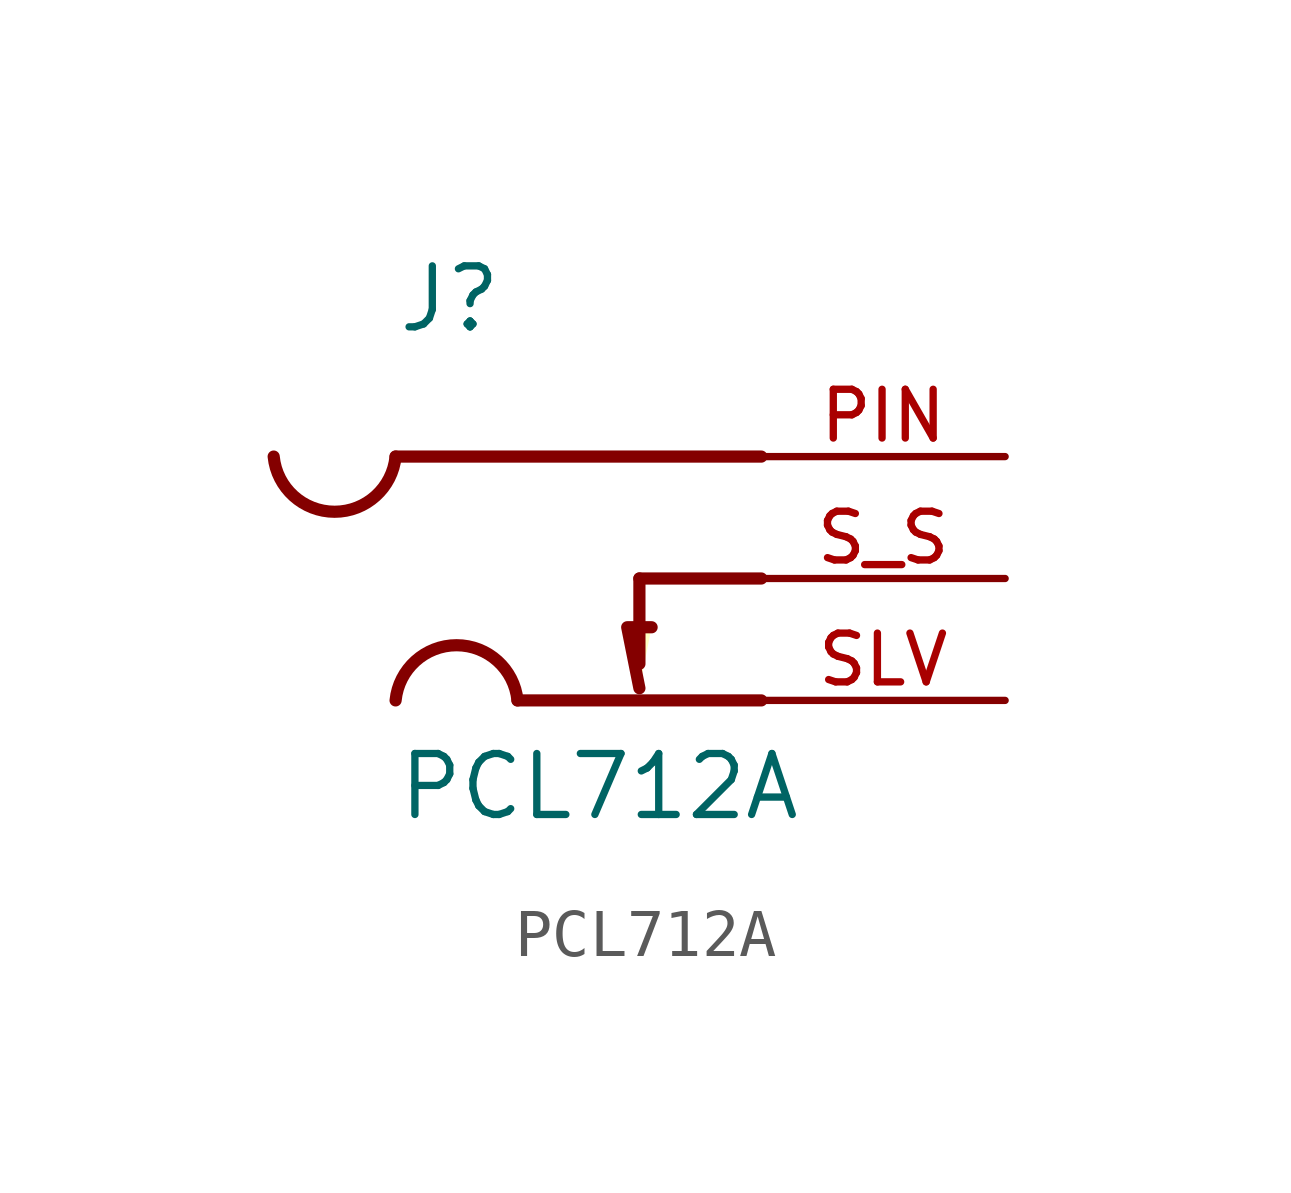
<source format=kicad_sym>
(kicad_symbol_lib
  (version 20211014)
  (generator kicad_symbol_editor)
  (symbol "PCL712A"
    (pin_names
      (offset 1.016) hide)
    (property "Reference" "J"
      (at -5.08 5.08 0)
      (effects (font (size 1.27 1.27)) (justify left bottom)))
    (property "Value" "PCL712A"
      (at -5.08 -5.08 0)
      (effects (font (size 1.27 1.27)) (justify left bottom)))
    (property "ki_locked" ""
      (at 0 0 0)
      (effects (font (size 1.27 1.27))))
    (symbol "PCL712A_0_0"
      (arc (start -7.62 2.54) (mid -6.35 1.1367) (end -5.08 2.54) (stroke (width 0.254) (type default) (color 0 0 0 0)) (fill (type none)))
      (arc (start -2.54 -2.54) (mid -3.81 -1.1367) (end -5.08 -2.54) (stroke (width 0.254) (type default) (color 0 0 0 0)) (fill (type none)))
      (polyline (pts (xy -5.08 2.54) (xy 2.54 2.54)) (stroke (width 0.254) (type default) (color 0 0 0 0)) (fill (type none)))
      (polyline (pts (xy -2.54 -2.54) (xy 2.54 -2.54)) (stroke (width 0.254) (type default) (color 0 0 0 0)) (fill (type none)))
      (polyline (pts (xy 0 0) (xy 0 -1.778)) (stroke (width 0.254) (type default) (color 0 0 0 0)) (fill (type none)))
      (polyline (pts (xy 0 0) (xy 2.54 0)) (stroke (width 0.254) (type default) (color 0 0 0 0)) (fill (type none)))
      (polyline (pts (xy 0 -2.286) (xy -0.254 -1.016) (xy 0.254 -1.016)) (stroke (width 0.254) (type default) (color 0 0 0 0)) (fill (type background)))
      (pin passive line (at 7.62 2.54 180) (length 5.08) (name "~" (effects (font (size 1.016 1.016)))) (number "PIN" (effects (font (size 1.016 1.016)))))
      (pin passive line (at 7.62 -2.54 180) (length 5.08) (name "~" (effects (font (size 1.016 1.016)))) (number "SLV" (effects (font (size 1.016 1.016)))))
      (pin passive line (at 7.62 0 180) (length 5.08) (name "~" (effects (font (size 1.016 1.016)))) (number "S_S" (effects (font (size 1.016 1.016))))))))
</source>
